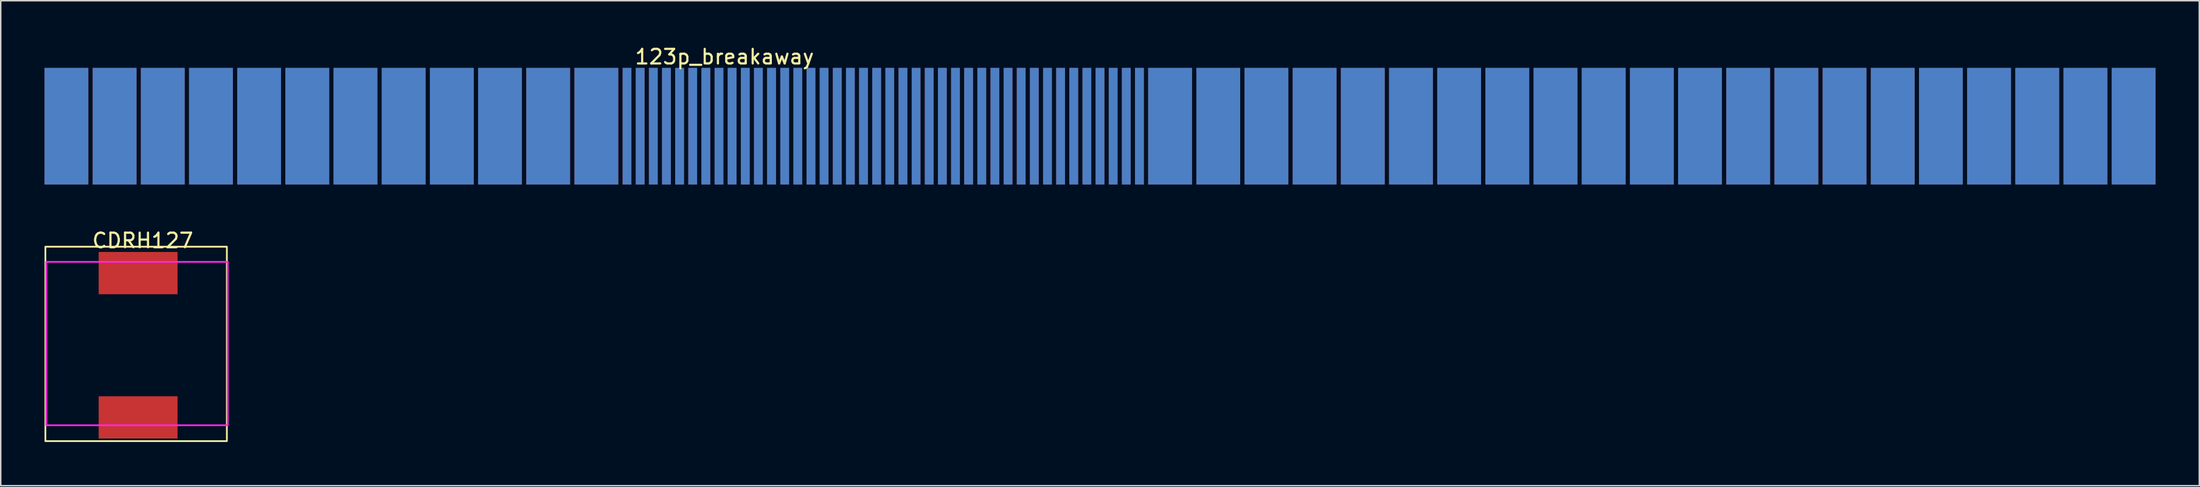
<source format=kicad_pcb>
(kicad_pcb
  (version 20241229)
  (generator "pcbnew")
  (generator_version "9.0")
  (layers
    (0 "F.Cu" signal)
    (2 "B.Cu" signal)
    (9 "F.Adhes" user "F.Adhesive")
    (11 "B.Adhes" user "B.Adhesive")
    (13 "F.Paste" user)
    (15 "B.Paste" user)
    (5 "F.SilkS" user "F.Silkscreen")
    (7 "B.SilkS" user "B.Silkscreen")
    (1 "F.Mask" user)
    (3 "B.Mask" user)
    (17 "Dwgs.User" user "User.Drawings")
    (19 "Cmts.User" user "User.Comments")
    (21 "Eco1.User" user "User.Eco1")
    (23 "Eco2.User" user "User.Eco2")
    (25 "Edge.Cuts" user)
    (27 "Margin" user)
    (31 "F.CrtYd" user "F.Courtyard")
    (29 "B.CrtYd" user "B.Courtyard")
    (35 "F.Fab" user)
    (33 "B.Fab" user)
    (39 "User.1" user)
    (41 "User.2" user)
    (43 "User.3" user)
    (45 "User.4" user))
  (footprint "123p_breakaway"
    (layer "F.Cu")
    (at 46.5 5.608)
    (property "Reference" "123p_breakaway" (at 0.08 -4.76 0) (unlocked yes) (layer "F.SilkS") (effects (font (size 1 1) (thickness 0.15))))
    (attr smd)
    (pad "1" smd rect (at -6.6 0) (size 0.6 8) (layers "F.Cu" "F.Mask" "F.Paste"))
    (pad "2" smd rect (at -5.7 0) (size 0.6 8) (layers "F.Cu" "F.Mask" "F.Paste"))
    (pad "3" smd rect (at -4.8 0) (size 0.6 8) (layers "F.Cu" "F.Mask" "F.Paste"))
    (pad "4" smd rect (at -3.9 0) (size 0.6 8) (layers "F.Cu" "F.Mask" "F.Paste"))
    (pad "5" smd rect (at -3 0) (size 0.6 8) (layers "F.Cu" "F.Mask" "F.Paste"))
    (pad "6" smd rect (at -2.1 0) (size 0.6 8) (layers "F.Cu" "F.Mask" "F.Paste"))
    (pad "7" smd rect (at -1.2 0) (size 0.6 8) (layers "F.Cu" "F.Mask" "F.Paste"))
    (pad "8" smd rect (at -0.3 0) (size 0.6 8) (layers "F.Cu" "F.Mask" "F.Paste"))
    (pad "9" smd rect (at 0.6 0) (size 0.6 8) (layers "F.Cu" "F.Mask" "F.Paste"))
    (pad "10" smd rect (at 1.5 0) (size 0.6 8) (layers "F.Cu" "F.Mask" "F.Paste"))
    (pad "11" smd rect (at 2.4 0) (size 0.6 8) (layers "F.Cu" "F.Mask" "F.Paste"))
    (pad "12" smd rect (at 3.3 0) (size 0.6 8) (layers "F.Cu" "F.Mask" "F.Paste"))
    (pad "13" smd rect (at 4.2 0) (size 0.6 8) (layers "F.Cu" "F.Mask" "F.Paste"))
    (pad "14" smd rect (at 5.1 0) (size 0.6 8) (layers "F.Cu" "F.Mask" "F.Paste"))
    (pad "15" smd rect (at 6 0) (size 0.6 8) (layers "F.Cu" "F.Mask" "F.Paste"))
    (pad "16" smd rect (at 6.9 0) (size 0.6 8) (layers "F.Cu" "F.Mask" "F.Paste"))
    (pad "17" smd rect (at 7.8 0) (size 0.6 8) (layers "F.Cu" "F.Mask" "F.Paste"))
    (pad "18" smd rect (at 8.7 0) (size 0.6 8) (layers "F.Cu" "F.Mask" "F.Paste"))
    (pad "19" smd rect (at 9.6 0) (size 0.6 8) (layers "F.Cu" "F.Mask" "F.Paste"))
    (pad "20" smd rect (at 10.5 0) (size 0.6 8) (layers "F.Cu" "F.Mask" "F.Paste"))
    (pad "21" smd rect (at 11.4 0) (size 0.6 8) (layers "F.Cu" "F.Mask" "F.Paste"))
    (pad "22" smd rect (at 12.3 0) (size 0.6 8) (layers "F.Cu" "F.Mask" "F.Paste"))
    (pad "23" smd rect (at 13.2 0) (size 0.6 8) (layers "F.Cu" "F.Mask" "F.Paste"))
    (pad "24" smd rect (at 14.1 0) (size 0.6 8) (layers "F.Cu" "F.Mask" "F.Paste"))
    (pad "25" smd rect (at 15 0) (size 0.6 8) (layers "F.Cu" "F.Mask" "F.Paste"))
    (pad "26" smd rect (at 15.9 0) (size 0.6 8) (layers "F.Cu" "F.Mask" "F.Paste"))
    (pad "27" smd rect (at 16.8 0) (size 0.6 8) (layers "F.Cu" "F.Mask" "F.Paste"))
    (pad "28" smd rect (at 17.7 0) (size 0.6 8) (layers "F.Cu" "F.Mask" "F.Paste"))
    (pad "29" smd rect (at 18.6 0) (size 0.6 8) (layers "F.Cu" "F.Mask" "F.Paste"))
    (pad "30" smd rect (at 19.5 0) (size 0.6 8) (layers "F.Cu" "F.Mask" "F.Paste"))
    (pad "31" smd rect (at 20.4 0) (size 0.6 8) (layers "F.Cu" "F.Mask" "F.Paste"))
    (pad "32" smd rect (at 21.3 0) (size 0.6 8) (layers "F.Cu" "F.Mask" "F.Paste"))
    (pad "33" smd rect (at 22.2 0) (size 0.6 8) (layers "F.Cu" "F.Mask" "F.Paste"))
    (pad "34" smd rect (at 23.1 0) (size 0.6 8) (layers "F.Cu" "F.Mask" "F.Paste"))
    (pad "35" smd rect (at 24 0) (size 0.6 8) (layers "F.Cu" "F.Mask" "F.Paste"))
    (pad "36" smd rect (at 24.9 0) (size 0.6 8) (layers "F.Cu" "F.Mask" "F.Paste"))
    (pad "37" smd rect (at 25.8 0) (size 0.6 8) (layers "F.Cu" "F.Mask" "F.Paste"))
    (pad "38" smd rect (at 26.7 0) (size 0.6 8) (layers "F.Cu" "F.Mask" "F.Paste"))
    (pad "39" smd rect (at 27.6 0) (size 0.6 8) (layers "F.Cu" "F.Mask" "F.Paste"))
    (pad "40" smd rect (at 28.5 0) (size 0.6 8) (layers "F.Cu" "F.Mask" "F.Paste"))
    (pad "41" smd rect (at -6.6 0) (size 0.6 8) (layers "B.Cu" "B.Mask" "B.Paste"))
    (pad "42" smd rect (at -5.7 0) (size 0.6 8) (layers "B.Cu" "B.Mask" "B.Paste"))
    (pad "43" smd rect (at -4.8 0) (size 0.6 8) (layers "B.Cu" "B.Mask" "B.Paste"))
    (pad "44" smd rect (at -3.9 0) (size 0.6 8) (layers "B.Cu" "B.Mask" "B.Paste"))
    (pad "45" smd rect (at -3 0) (size 0.6 8) (layers "B.Cu" "B.Mask" "B.Paste"))
    (pad "46" smd rect (at -2.1 0) (size 0.6 8) (layers "B.Cu" "B.Mask" "B.Paste"))
    (pad "47" smd rect (at -1.2 0) (size 0.6 8) (layers "B.Cu" "B.Mask" "B.Paste"))
    (pad "48" smd rect (at -0.3 0) (size 0.6 8) (layers "B.Cu" "B.Mask" "B.Paste"))
    (pad "49" smd rect (at 0.6 0) (size 0.6 8) (layers "B.Cu" "B.Mask" "B.Paste"))
    (pad "50" smd rect (at 1.5 0) (size 0.6 8) (layers "B.Cu" "B.Mask" "B.Paste"))
    (pad "51" smd rect (at 2.4 0) (size 0.6 8) (layers "B.Cu" "B.Mask" "B.Paste"))
    (pad "52" smd rect (at 3.3 0) (size 0.6 8) (layers "B.Cu" "B.Mask" "B.Paste"))
    (pad "53" smd rect (at 4.2 0) (size 0.6 8) (layers "B.Cu" "B.Mask" "B.Paste"))
    (pad "54" smd rect (at 5.1 0) (size 0.6 8) (layers "B.Cu" "B.Mask" "B.Paste"))
    (pad "55" smd rect (at 6 0) (size 0.6 8) (layers "B.Cu" "B.Mask" "B.Paste"))
    (pad "56" smd rect (at 6.9 0) (size 0.6 8) (layers "B.Cu" "B.Mask" "B.Paste"))
    (pad "57" smd rect (at 7.8 0) (size 0.6 8) (layers "B.Cu" "B.Mask" "B.Paste"))
    (pad "58" smd rect (at 8.7 0) (size 0.6 8) (layers "B.Cu" "B.Mask" "B.Paste"))
    (pad "59" smd rect (at 9.6 0) (size 0.6 8) (layers "B.Cu" "B.Mask" "B.Paste"))
    (pad "60" smd rect (at 10.5 0) (size 0.6 8) (layers "B.Cu" "B.Mask" "B.Paste"))
    (pad "61" smd rect (at 11.4 0) (size 0.6 8) (layers "B.Cu" "B.Mask" "B.Paste"))
    (pad "62" smd rect (at 12.3 0) (size 0.6 8) (layers "B.Cu" "B.Mask" "B.Paste"))
    (pad "63" smd rect (at 13.2 0) (size 0.6 8) (layers "B.Cu" "B.Mask" "B.Paste"))
    (pad "64" smd rect (at 14.1 0) (size 0.6 8) (layers "B.Cu" "B.Mask" "B.Paste"))
    (pad "65" smd rect (at 15 0) (size 0.6 8) (layers "B.Cu" "B.Mask" "B.Paste"))
    (pad "66" smd rect (at 15.9 0) (size 0.6 8) (layers "B.Cu" "B.Mask" "B.Paste"))
    (pad "67" smd rect (at 16.8 0) (size 0.6 8) (layers "B.Cu" "B.Mask" "B.Paste"))
    (pad "68" smd rect (at 17.7 0) (size 0.6 8) (layers "B.Cu" "B.Mask" "B.Paste"))
    (pad "69" smd rect (at 18.6 0) (size 0.6 8) (layers "B.Cu" "B.Mask" "B.Paste"))
    (pad "70" smd rect (at 19.5 0) (size 0.6 8) (layers "B.Cu" "B.Mask" "B.Paste"))
    (pad "71" smd rect (at 20.4 0) (size 0.6 8) (layers "B.Cu" "B.Mask" "B.Paste"))
    (pad "72" smd rect (at 21.3 0) (size 0.6 8) (layers "B.Cu" "B.Mask" "B.Paste"))
    (pad "73" smd rect (at 22.2 0) (size 0.6 8) (layers "B.Cu" "B.Mask" "B.Paste"))
    (pad "74" smd rect (at 23.1 0) (size 0.6 8) (layers "B.Cu" "B.Mask" "B.Paste"))
    (pad "75" smd rect (at 24 0) (size 0.6 8) (layers "B.Cu" "B.Mask" "B.Paste"))
    (pad "76" smd rect (at 24.9 0) (size 0.6 8) (layers "B.Cu" "B.Mask" "B.Paste"))
    (pad "77" smd rect (at 25.8 0) (size 0.6 8) (layers "B.Cu" "B.Mask" "B.Paste"))
    (pad "78" smd rect (at 26.7 0) (size 0.6 8) (layers "B.Cu" "B.Mask" "B.Paste"))
    (pad "79" smd rect (at 27.6 0) (size 0.6 8) (layers "B.Cu" "B.Mask" "B.Paste"))
    (pad "80" smd rect (at 28.5 0) (size 0.6 8) (layers "B.Cu" "B.Mask" "B.Paste"))
    (pad "81" smd rect (at -45 0 180) (size 3 8) (layers "F.Cu" "F.Mask" "F.Paste"))
    (pad "82" smd rect (at -41.7 0 180) (size 3 8) (layers "F.Cu" "F.Mask" "F.Paste"))
    (pad "83" smd rect (at -35.1 0 180) (size 3 8) (layers "F.Cu" "F.Mask" "F.Paste"))
    (pad "84" smd rect (at -38.4 0 180) (size 3 8) (layers "F.Cu" "F.Mask" "F.Paste"))
    (pad "85" smd rect (at -28.5 0 180) (size 3 8) (layers "F.Cu" "F.Mask" "F.Paste"))
    (pad "86" smd rect (at -31.8 0 180) (size 3 8) (layers "F.Cu" "F.Mask" "F.Paste"))
    (pad "87" smd rect (at -21.9 0 180) (size 3 8) (layers "F.Cu" "F.Mask" "F.Paste"))
    (pad "88" smd rect (at -25.2 0 180) (size 3 8) (layers "F.Cu" "F.Mask" "F.Paste"))
    (pad "89" smd rect (at -15.3 0 180) (size 3 8) (layers "F.Cu" "F.Mask" "F.Paste"))
    (pad "90" smd rect (at -18.6 0 180) (size 3 8) (layers "F.Cu" "F.Mask" "F.Paste"))
    (pad "91" smd rect (at -12 0 180) (size 3 8) (layers "F.Cu" "F.Mask" "F.Paste"))
    (pad "92" smd rect (at -8.7 0 180) (size 3 8) (layers "F.Cu" "F.Mask" "F.Paste"))
    (pad "93" smd rect (at -45 0) (size 3 8) (layers "B.Cu" "B.Mask" "B.Paste"))
    (pad "94" smd rect (at -41.7 0) (size 3 8) (layers "B.Cu" "B.Mask" "B.Paste"))
    (pad "95" smd rect (at -38.4 0) (size 3 8) (layers "B.Cu" "B.Mask" "B.Paste"))
    (pad "96" smd rect (at -35.1 0) (size 3 8) (layers "B.Cu" "B.Mask" "B.Paste"))
    (pad "97" smd rect (at -31.8 0) (size 3 8) (layers "B.Cu" "B.Mask" "B.Paste"))
    (pad "98" smd rect (at -28.5 0) (size 3 8) (layers "B.Cu" "B.Mask" "B.Paste"))
    (pad "99" smd rect (at -25.2 0) (size 3 8) (layers "B.Cu" "B.Mask" "B.Paste"))
    (pad "100" smd rect (at -21.9 0) (size 3 8) (layers "B.Cu" "B.Mask" "B.Paste"))
    (pad "101" smd rect (at -18.6 0) (size 3 8) (layers "B.Cu" "B.Mask" "B.Paste"))
    (pad "102" smd rect (at -15.3 0) (size 3 8) (layers "B.Cu" "B.Mask" "B.Paste"))
    (pad "103" smd rect (at -12 0) (size 3 8) (layers "B.Cu" "B.Mask" "B.Paste"))
    (pad "104" smd rect (at -8.7 0) (size 3 8) (layers "B.Cu" "B.Mask" "B.Paste"))
    (pad "105" smd rect (at 30.6 0 180) (size 3 8) (layers "F.Cu" "F.Mask" "F.Paste"))
    (pad "106" smd rect (at 33.9 0 180) (size 3 8) (layers "F.Cu" "F.Mask" "F.Paste"))
    (pad "107" smd rect (at 37.2 0) (size 3 8) (layers "F.Cu" "F.Mask" "F.Paste"))
    (pad "108" smd rect (at 40.5 0) (size 3 8) (layers "F.Cu" "F.Mask" "F.Paste"))
    (pad "109" smd rect (at 43.8 0) (size 3 8) (layers "F.Cu" "F.Mask" "F.Paste"))
    (pad "110" smd rect (at 47.1 0) (size 3 8) (layers "F.Cu" "F.Mask" "F.Paste"))
    (pad "111" smd rect (at 50.4 0) (size 3 8) (layers "F.Cu" "F.Mask" "F.Paste"))
    (pad "112" smd rect (at 53.7 0) (size 3 8) (layers "F.Cu" "F.Mask" "F.Paste"))
    (pad "113" smd rect (at 57 0) (size 3 8) (layers "F.Cu" "F.Mask" "F.Paste"))
    (pad "114" smd rect (at 60.3 0) (size 3 8) (layers "F.Cu" "F.Mask" "F.Paste"))
    (pad "115" smd rect (at 63.6 0) (size 3 8) (layers "F.Cu" "F.Mask" "F.Paste"))
    (pad "116" smd rect (at 66.9 0) (size 3 8) (layers "F.Cu" "F.Mask" "F.Paste"))
    (pad "117" smd rect (at 70.2 0) (size 3 8) (layers "F.Cu" "F.Mask" "F.Paste"))
    (pad "118" smd rect (at 73.5 0) (size 3 8) (layers "F.Cu" "F.Mask" "F.Paste"))
    (pad "119" smd rect (at 76.8 0) (size 3 8) (layers "F.Cu" "F.Mask" "F.Paste"))
    (pad "120" smd rect (at 80.1 0) (size 3 8) (layers "F.Cu" "F.Mask" "F.Paste"))
    (pad "121" smd rect (at 83.4 0) (size 3 8) (layers "F.Cu" "F.Mask" "F.Paste"))
    (pad "122" smd rect (at 86.7 0) (size 3 8) (layers "F.Cu" "F.Mask" "F.Paste"))
    (pad "123" smd rect (at 90 0) (size 3 8) (layers "F.Cu" "F.Mask" "F.Paste"))
    (pad "124" smd rect (at 93.3 0) (size 3 8) (layers "F.Cu" "F.Mask" "F.Paste"))
    (pad "125" smd rect (at 96.6 0) (size 3 8) (layers "F.Cu" "F.Mask" "F.Paste"))
    (pad "126" smd rect (at 30.6 0) (size 3 8) (layers "B.Cu" "B.Mask" "B.Paste"))
    (pad "127" smd rect (at 33.9 0) (size 3 8) (layers "B.Cu" "B.Mask" "B.Paste"))
    (pad "128" smd rect (at 37.2 0) (size 3 8) (layers "B.Cu" "B.Mask" "B.Paste"))
    (pad "129" smd rect (at 40.5 0) (size 3 8) (layers "B.Cu" "B.Mask" "B.Paste"))
    (pad "130" smd rect (at 43.8 0) (size 3 8) (layers "B.Cu" "B.Mask" "B.Paste"))
    (pad "131" smd rect (at 47.1 0) (size 3 8) (layers "B.Cu" "B.Mask" "B.Paste"))
    (pad "132" smd rect (at 50.4 0) (size 3 8) (layers "B.Cu" "B.Mask" "B.Paste"))
    (pad "133" smd rect (at 53.7 0) (size 3 8) (layers "B.Cu" "B.Mask" "B.Paste"))
    (pad "134" smd rect (at 57 0) (size 3 8) (layers "B.Cu" "B.Mask" "B.Paste"))
    (pad "135" smd rect (at 60.3 0) (size 3 8) (layers "B.Cu" "B.Mask" "B.Paste"))
    (pad "136" smd rect (at 63.6 0) (size 3 8) (layers "B.Cu" "B.Mask" "B.Paste"))
    (pad "137" smd rect (at 66.9 0) (size 3 8) (layers "B.Cu" "B.Mask" "B.Paste"))
    (pad "138" smd rect (at 70.2 0) (size 3 8) (layers "B.Cu" "B.Mask" "B.Paste"))
    (pad "139" smd rect (at 73.5 0) (size 3 8) (layers "B.Cu" "B.Mask" "B.Paste"))
    (pad "140" smd rect (at 76.8 0) (size 3 8) (layers "B.Cu" "B.Mask" "B.Paste"))
    (pad "141" smd rect (at 80.1 0) (size 3 8) (layers "B.Cu" "B.Mask" "B.Paste"))
    (pad "142" smd rect (at 83.4 0) (size 3 8) (layers "B.Cu" "B.Mask" "B.Paste"))
    (pad "143" smd rect (at 86.7 0) (size 3 8) (layers "B.Cu" "B.Mask" "B.Paste"))
    (pad "144" smd rect (at 90 0) (size 3 8) (layers "B.Cu" "B.Mask" "B.Paste"))
    (pad "145" smd rect (at 93.3 0) (size 3 8) (layers "B.Cu" "B.Mask" "B.Paste"))
    (pad "146" smd rect (at 96.6 0) (size 3 8) (layers "B.Cu" "B.Mask" "B.Paste")))
  (footprint "CDRH127"
    (layer "F.Cu")
    (at 6.41 25.587)
    (property "Reference" "CDRH127" (at 0.32 -12.13 0) (unlocked yes) (layer "F.SilkS") (effects (font (size 1 1) (thickness 0.15))))
    (attr smd)
    (fp_rect (start -6.35 -11.71) (end 6.08 1.63) (stroke (width 0.12) (type solid)) (fill no) (layer "F.SilkS"))
    (fp_rect (start -6.29 -10.67) (end 6.14 0.54) (stroke (width 0.12) (type solid)) (fill no) (layer "F.CrtYd"))
    (pad "1" smd rect (at 0 -9.9) (size 5.4 2.9) (layers "F.Cu" "F.Mask" "F.Paste"))
    (pad "2" smd rect (at 0 0) (size 5.4 2.9) (layers "F.Cu" "F.Mask" "F.Paste")))
  (gr_rect
    (start -3 -3)
    (end 147.6 30.276)
    (stroke (width 0.1) (type default))
    (fill no)
    (layer "Edge.Cuts")))
</source>
